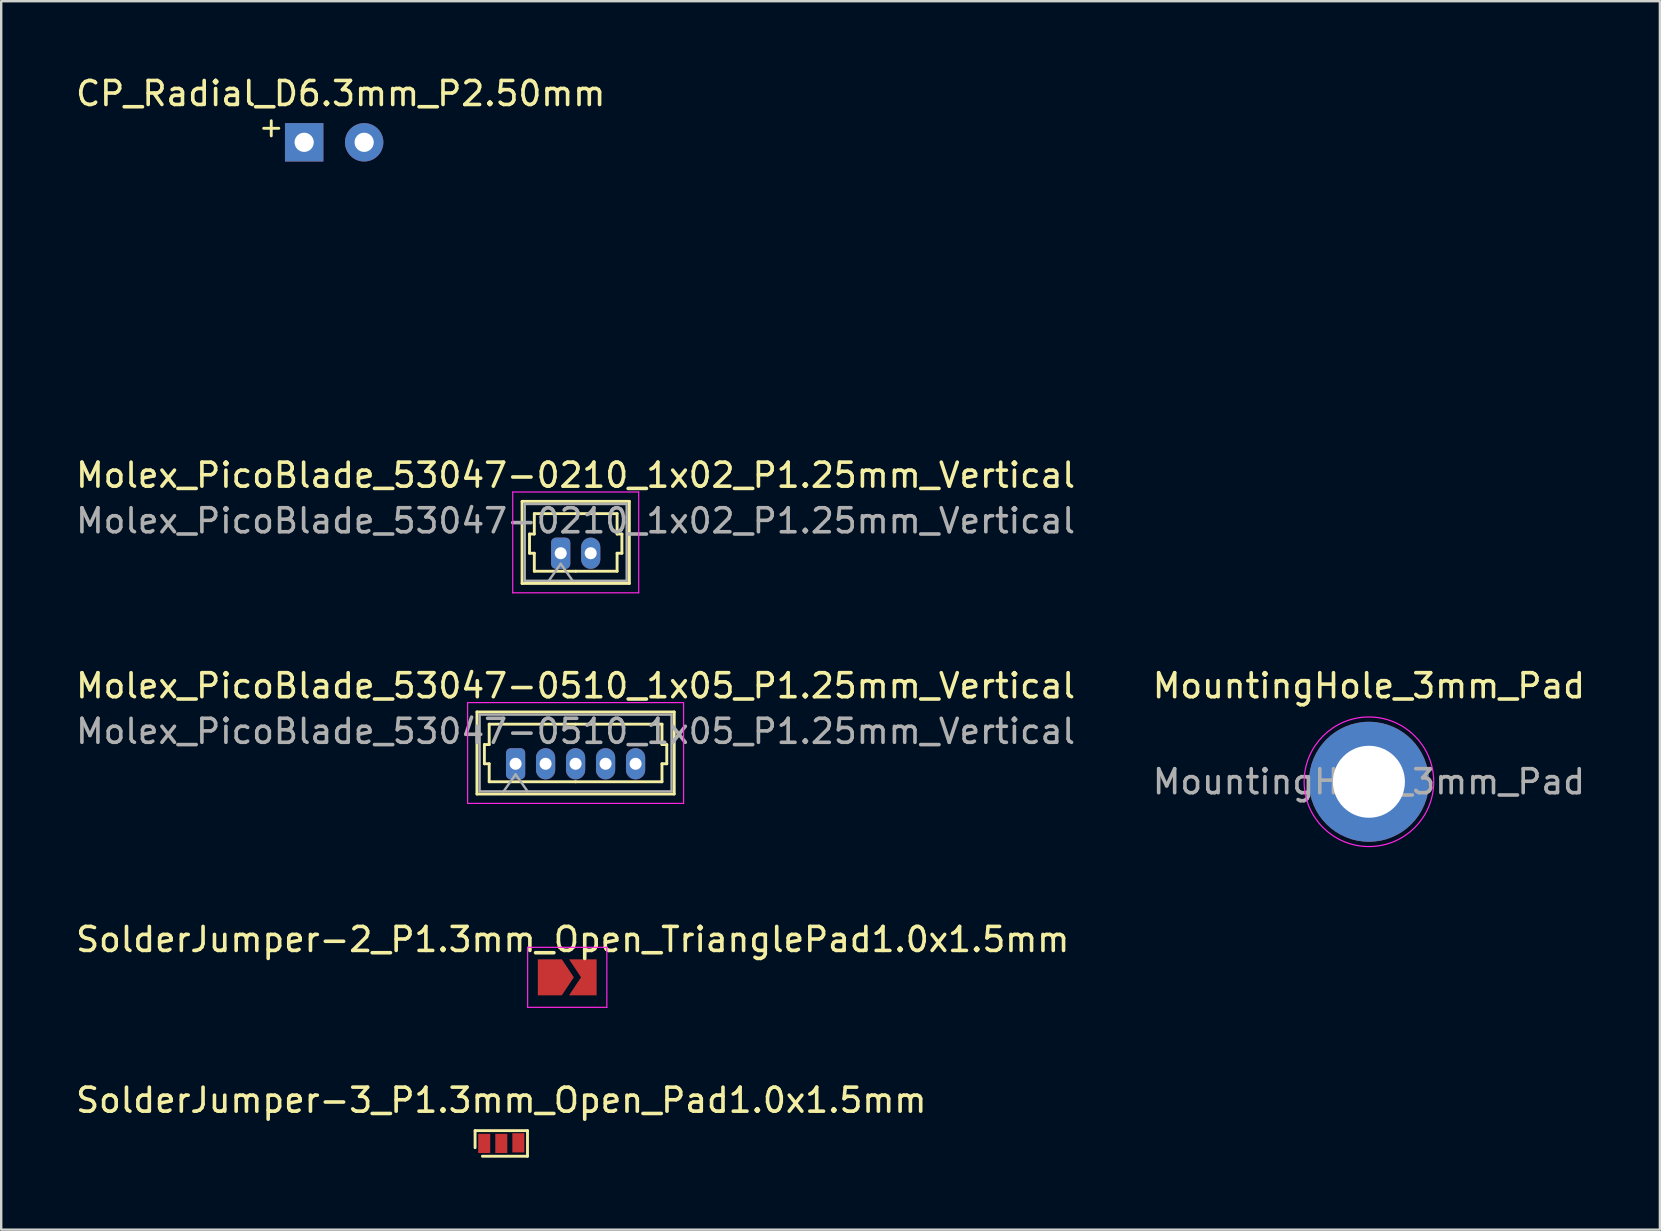
<source format=kicad_pcb>
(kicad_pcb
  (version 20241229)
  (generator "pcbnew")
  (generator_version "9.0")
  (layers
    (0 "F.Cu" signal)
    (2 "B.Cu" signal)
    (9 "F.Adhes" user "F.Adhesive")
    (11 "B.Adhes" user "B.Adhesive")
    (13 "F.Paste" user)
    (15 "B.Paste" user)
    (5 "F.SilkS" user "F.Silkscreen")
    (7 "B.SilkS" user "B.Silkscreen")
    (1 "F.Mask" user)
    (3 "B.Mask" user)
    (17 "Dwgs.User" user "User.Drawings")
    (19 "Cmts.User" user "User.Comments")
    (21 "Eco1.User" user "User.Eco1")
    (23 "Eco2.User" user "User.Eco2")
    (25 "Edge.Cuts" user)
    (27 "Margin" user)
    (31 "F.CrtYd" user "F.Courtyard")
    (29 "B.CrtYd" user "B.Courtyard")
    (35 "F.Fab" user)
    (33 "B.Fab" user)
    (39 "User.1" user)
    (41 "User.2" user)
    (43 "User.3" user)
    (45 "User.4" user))
  (footprint "CP_Radial_D6.3mm_P2.50mm"
    (layer "F.Cu")
    (at 9.625 2.88)
    (property "Reference" "CP_Radial_D6.3mm_P2.50mm" (at 1.524 -2.032 0) (layer "F.SilkS") (effects (font (size 1 1) (thickness 0.15))))
    (attr through_hole)
    (fp_line (start -1.687 -0.584) (end -1.057 -0.584) (stroke (width 0.12) (type solid)) (layer "F.SilkS"))
    (fp_line (start -1.372 -0.899) (end -1.372 -0.269) (stroke (width 0.12) (type solid)) (layer "F.SilkS"))
    (fp_rect (start -2.15 0) (end 4.6 10) (stroke (width 0.05) (type solid)) (fill no) (layer "Margin"))
    (pad "1" thru_hole rect (at 0 0) (size 1.6 1.6) (drill 0.8) (layers "*.Cu" "*.Mask"))
    (pad "2" thru_hole circle (at 2.5 0) (size 1.6 1.6) (drill 0.8) (layers "*.Cu" "*.Mask")))
  (footprint "Molex_PicoBlade_53047-0210_1x02_P1.25mm_Vertical"
    (layer "F.Cu")
    (at 20.315 20.003)
    (property "Reference" "Molex_PicoBlade_53047-0210_1x02_P1.25mm_Vertical" (at 0.62 -3.25 0) (layer "F.SilkS") (effects (font (size 1 1) (thickness 0.15))))
    (attr through_hole)
    (fp_line (start -1.61 -2.16) (end -1.61 1.26) (stroke (width 0.12) (type solid)) (layer "F.SilkS"))
    (fp_line (start -1.61 1.26) (end 2.86 1.26) (stroke (width 0.12) (type solid)) (layer "F.SilkS"))
    (fp_line (start -1.3 -0.8) (end -1.1 -0.8) (stroke (width 0.12) (type solid)) (layer "F.SilkS"))
    (fp_line (start -1.3 0) (end -1.3 -0.8) (stroke (width 0.12) (type solid)) (layer "F.SilkS"))
    (fp_line (start -1.1 -1.65) (end 0.625 -1.65) (stroke (width 0.12) (type solid)) (layer "F.SilkS"))
    (fp_line (start -1.1 -0.8) (end -1.1 -1.65) (stroke (width 0.12) (type solid)) (layer "F.SilkS"))
    (fp_line (start -1.1 0) (end -1.3 0) (stroke (width 0.12) (type solid)) (layer "F.SilkS"))
    (fp_line (start -1.1 0.75) (end -1.1 0) (stroke (width 0.12) (type solid)) (layer "F.SilkS"))
    (fp_line (start 0.625 0.75) (end -1.1 0.75) (stroke (width 0.12) (type solid)) (layer "F.SilkS"))
    (fp_line (start 0.625 0.75) (end 2.35 0.75) (stroke (width 0.12) (type solid)) (layer "F.SilkS"))
    (fp_line (start 2.35 -1.65) (end 0.625 -1.65) (stroke (width 0.12) (type solid)) (layer "F.SilkS"))
    (fp_line (start 2.35 -0.8) (end 2.35 -1.65) (stroke (width 0.12) (type solid)) (layer "F.SilkS"))
    (fp_line (start 2.35 0) (end 2.55 0) (stroke (width 0.12) (type solid)) (layer "F.SilkS"))
    (fp_line (start 2.35 0.75) (end 2.35 0) (stroke (width 0.12) (type solid)) (layer "F.SilkS"))
    (fp_line (start 2.55 -0.8) (end 2.35 -0.8) (stroke (width 0.12) (type solid)) (layer "F.SilkS"))
    (fp_line (start 2.55 0) (end 2.55 -0.8) (stroke (width 0.12) (type solid)) (layer "F.SilkS"))
    (fp_line (start 2.86 -2.16) (end -1.61 -2.16) (stroke (width 0.12) (type solid)) (layer "F.SilkS"))
    (fp_line (start 2.86 1.26) (end 2.86 -2.16) (stroke (width 0.12) (type solid)) (layer "F.SilkS"))
    (fp_line (start -2 -2.55) (end -2 1.65) (stroke (width 0.05) (type solid)) (layer "F.CrtYd"))
    (fp_line (start -2 1.65) (end 3.25 1.65) (stroke (width 0.05) (type solid)) (layer "F.CrtYd"))
    (fp_line (start 3.25 -2.55) (end -2 -2.55) (stroke (width 0.05) (type solid)) (layer "F.CrtYd"))
    (fp_line (start 3.25 1.65) (end 3.25 -2.55) (stroke (width 0.05) (type solid)) (layer "F.CrtYd"))
    (fp_line (start -1.5 -2.05) (end -1.5 1.15) (stroke (width 0.1) (type solid)) (layer "F.Fab"))
    (fp_line (start -1.5 1.15) (end 2.75 1.15) (stroke (width 0.1) (type solid)) (layer "F.Fab"))
    (fp_line (start -0.5 1.15) (end 0 0.443) (stroke (width 0.1) (type solid)) (layer "F.Fab"))
    (fp_line (start 0 0.443) (end 0.5 1.15) (stroke (width 0.1) (type solid)) (layer "F.Fab"))
    (fp_line (start 2.75 -2.05) (end -1.5 -2.05) (stroke (width 0.1) (type solid)) (layer "F.Fab"))
    (fp_line (start 2.75 1.15) (end 2.75 -2.05) (stroke (width 0.1) (type solid)) (layer "F.Fab"))
    (fp_text user "${REFERENCE}" (at 0.62 -1.35 0) (layer "F.Fab") (effects (font (size 1 1) (thickness 0.15))))
    (pad "1" thru_hole roundrect (at 0 0) (size 0.8 1.3) (drill 0.5) (layers "*.Cu" "*.Mask") (roundrect_rratio 0.25))
    (pad "2" thru_hole oval (at 1.25 0) (size 0.8 1.3) (drill 0.5) (layers "*.Cu" "*.Mask")))
  (footprint "MountingHole_3mm_Pad"
    (layer "F.Cu")
    (at 53.994 29.527)
    (property "Reference" "MountingHole_3mm_Pad" (at 0 -4 0) (layer "F.SilkS") (effects (font (size 1 1) (thickness 0.15))))
    (attr exclude_from_pos_files exclude_from_bom)
    (fp_circle (center 0 0) (end 2.7 0) (stroke (width 0.05) (type solid)) (fill no) (layer "F.CrtYd"))
    (fp_text user "${REFERENCE}" (at 0 0 0) (layer "F.Fab") (effects (font (size 1 1) (thickness 0.15))))
    (pad "1" thru_hole circle (at 0 0) (size 5 5) (drill 3) (layers "*.Cu" "*.Mask")))
  (footprint "SolderJumper-3_P1.3mm_Open_Pad1.0x1.5mm"
    (layer "F.Cu")
    (at 17.839 44.598)
    (property "Reference" "SolderJumper-3_P1.3mm_Open_Pad1.0x1.5mm" (at 0 -1.8 0) (layer "F.SilkS") (effects (font (size 1 1) (thickness 0.15))))
    (attr exclude_from_pos_files exclude_from_bom)
    (fp_line (start -1.092 -0.533) (end -1.092 0.178) (stroke (width 0.12) (type solid)) (layer "F.SilkS"))
    (fp_line (start -1.092 -0.533) (end 1.092 -0.533) (stroke (width 0.12) (type solid)) (layer "F.SilkS"))
    (fp_line (start -0.787 0.533) (end 1.092 0.533) (stroke (width 0.12) (type solid)) (layer "F.SilkS"))
    (fp_line (start 1.092 -0.533) (end 1.092 0.533) (stroke (width 0.12) (type solid)) (layer "F.SilkS"))
    (pad "1" smd rect (at -0.711 0) (size 0.5 0.8) (layers "F.Cu" "F.Mask"))
    (pad "2" smd rect (at 0 0) (size 0.5 0.8) (layers "F.Cu" "F.Mask"))
    (pad "3" smd rect (at 0.711 -0.025) (size 0.5 0.8) (layers "F.Cu" "F.Mask")))
  (footprint "SolderJumper-2_P1.3mm_Open_TrianglePad1.0x1.5mm"
    (layer "F.Cu")
    (at 20.587 37.675)
    (property "Reference" "SolderJumper-2_P1.3mm_Open_TrianglePad1.0x1.5mm" (at 0.229 -1.575 0) (layer "F.SilkS") (effects (font (size 1 1) (thickness 0.15))))
    (attr exclude_from_pos_files exclude_from_bom)
    (fp_line (start -1.65 -1.25) (end -1.65 1.25) (stroke (width 0.05) (type solid)) (layer "F.CrtYd"))
    (fp_line (start -1.65 -1.25) (end 1.65 -1.25) (stroke (width 0.05) (type solid)) (layer "F.CrtYd"))
    (fp_line (start 1.65 1.25) (end -1.65 1.25) (stroke (width 0.05) (type solid)) (layer "F.CrtYd"))
    (fp_line (start 1.65 1.25) (end 1.65 -1.25) (stroke (width 0.05) (type solid)) (layer "F.CrtYd"))
    (pad "1" smd custom (at -0.725 0) (size 0.3 0.3) (layers "F.Cu" "F.Mask") (options (anchor rect)) (primitives (gr_poly (pts (xy 1 0) (xy 0.5 0.75) (xy -0.5 0.75) (xy -0.5 -0.75) (xy 0.5 -0.75)) (width 0) (fill yes))))
    (pad "2" smd custom (at 0.725 0) (size 0.3 0.3) (layers "F.Cu" "F.Mask") (options (anchor rect)) (primitives (gr_poly (pts (xy 0.5 0.75) (xy -0.65 0.75) (xy -0.15 0) (xy -0.65 -0.75) (xy 0.5 -0.75)) (width 0) (fill yes)))))
  (footprint "Molex_PicoBlade_53047-0510_1x05_P1.25mm_Vertical"
    (layer "F.Cu")
    (at 18.435 28.777)
    (property "Reference" "Molex_PicoBlade_53047-0510_1x05_P1.25mm_Vertical" (at 2.5 -3.25 0) (layer "F.SilkS") (effects (font (size 1 1) (thickness 0.15))))
    (attr through_hole)
    (fp_line (start -1.61 -2.16) (end -1.61 1.26) (stroke (width 0.12) (type solid)) (layer "F.SilkS"))
    (fp_line (start -1.61 1.26) (end 6.61 1.26) (stroke (width 0.12) (type solid)) (layer "F.SilkS"))
    (fp_line (start -1.3 -0.8) (end -1.1 -0.8) (stroke (width 0.12) (type solid)) (layer "F.SilkS"))
    (fp_line (start -1.3 0) (end -1.3 -0.8) (stroke (width 0.12) (type solid)) (layer "F.SilkS"))
    (fp_line (start -1.1 -1.65) (end 2.5 -1.65) (stroke (width 0.12) (type solid)) (layer "F.SilkS"))
    (fp_line (start -1.1 -0.8) (end -1.1 -1.65) (stroke (width 0.12) (type solid)) (layer "F.SilkS"))
    (fp_line (start -1.1 0) (end -1.3 0) (stroke (width 0.12) (type solid)) (layer "F.SilkS"))
    (fp_line (start -1.1 0.75) (end -1.1 0) (stroke (width 0.12) (type solid)) (layer "F.SilkS"))
    (fp_line (start 2.5 0.75) (end -1.1 0.75) (stroke (width 0.12) (type solid)) (layer "F.SilkS"))
    (fp_line (start 2.5 0.75) (end 6.1 0.75) (stroke (width 0.12) (type solid)) (layer "F.SilkS"))
    (fp_line (start 6.1 -1.65) (end 2.5 -1.65) (stroke (width 0.12) (type solid)) (layer "F.SilkS"))
    (fp_line (start 6.1 -0.8) (end 6.1 -1.65) (stroke (width 0.12) (type solid)) (layer "F.SilkS"))
    (fp_line (start 6.1 0) (end 6.3 0) (stroke (width 0.12) (type solid)) (layer "F.SilkS"))
    (fp_line (start 6.1 0.75) (end 6.1 0) (stroke (width 0.12) (type solid)) (layer "F.SilkS"))
    (fp_line (start 6.3 -0.8) (end 6.1 -0.8) (stroke (width 0.12) (type solid)) (layer "F.SilkS"))
    (fp_line (start 6.3 0) (end 6.3 -0.8) (stroke (width 0.12) (type solid)) (layer "F.SilkS"))
    (fp_line (start 6.61 -2.16) (end -1.61 -2.16) (stroke (width 0.12) (type solid)) (layer "F.SilkS"))
    (fp_line (start 6.61 1.26) (end 6.61 -2.16) (stroke (width 0.12) (type solid)) (layer "F.SilkS"))
    (fp_line (start -2 -2.55) (end -2 1.65) (stroke (width 0.05) (type solid)) (layer "F.CrtYd"))
    (fp_line (start -2 1.65) (end 7 1.65) (stroke (width 0.05) (type solid)) (layer "F.CrtYd"))
    (fp_line (start 7 -2.55) (end -2 -2.55) (stroke (width 0.05) (type solid)) (layer "F.CrtYd"))
    (fp_line (start 7 1.65) (end 7 -2.55) (stroke (width 0.05) (type solid)) (layer "F.CrtYd"))
    (fp_line (start -1.5 -2.05) (end -1.5 1.15) (stroke (width 0.1) (type solid)) (layer "F.Fab"))
    (fp_line (start -1.5 1.15) (end 6.5 1.15) (stroke (width 0.1) (type solid)) (layer "F.Fab"))
    (fp_line (start -0.5 1.15) (end 0 0.443) (stroke (width 0.1) (type solid)) (layer "F.Fab"))
    (fp_line (start 0 0.443) (end 0.5 1.15) (stroke (width 0.1) (type solid)) (layer "F.Fab"))
    (fp_line (start 6.5 -2.05) (end -1.5 -2.05) (stroke (width 0.1) (type solid)) (layer "F.Fab"))
    (fp_line (start 6.5 1.15) (end 6.5 -2.05) (stroke (width 0.1) (type solid)) (layer "F.Fab"))
    (fp_text user "${REFERENCE}" (at 2.5 -1.35 0) (layer "F.Fab") (effects (font (size 1 1) (thickness 0.15))))
    (pad "1" thru_hole roundrect (at 0 0) (size 0.8 1.3) (drill 0.5) (layers "*.Cu" "*.Mask") (roundrect_rratio 0.25))
    (pad "2" thru_hole oval (at 1.25 0) (size 0.8 1.3) (drill 0.5) (layers "*.Cu" "*.Mask"))
    (pad "3" thru_hole oval (at 2.5 0) (size 0.8 1.3) (drill 0.5) (layers "*.Cu" "*.Mask"))
    (pad "4" thru_hole oval (at 3.75 0) (size 0.8 1.3) (drill 0.5) (layers "*.Cu" "*.Mask"))
    (pad "5" thru_hole oval (at 5 0) (size 0.8 1.3) (drill 0.5) (layers "*.Cu" "*.Mask")))
  (gr_rect
    (start -3 -3)
    (end 66.119 48.191)
    (stroke (width 0.1) (type default))
    (fill no)
    (layer "Edge.Cuts")))
</source>
